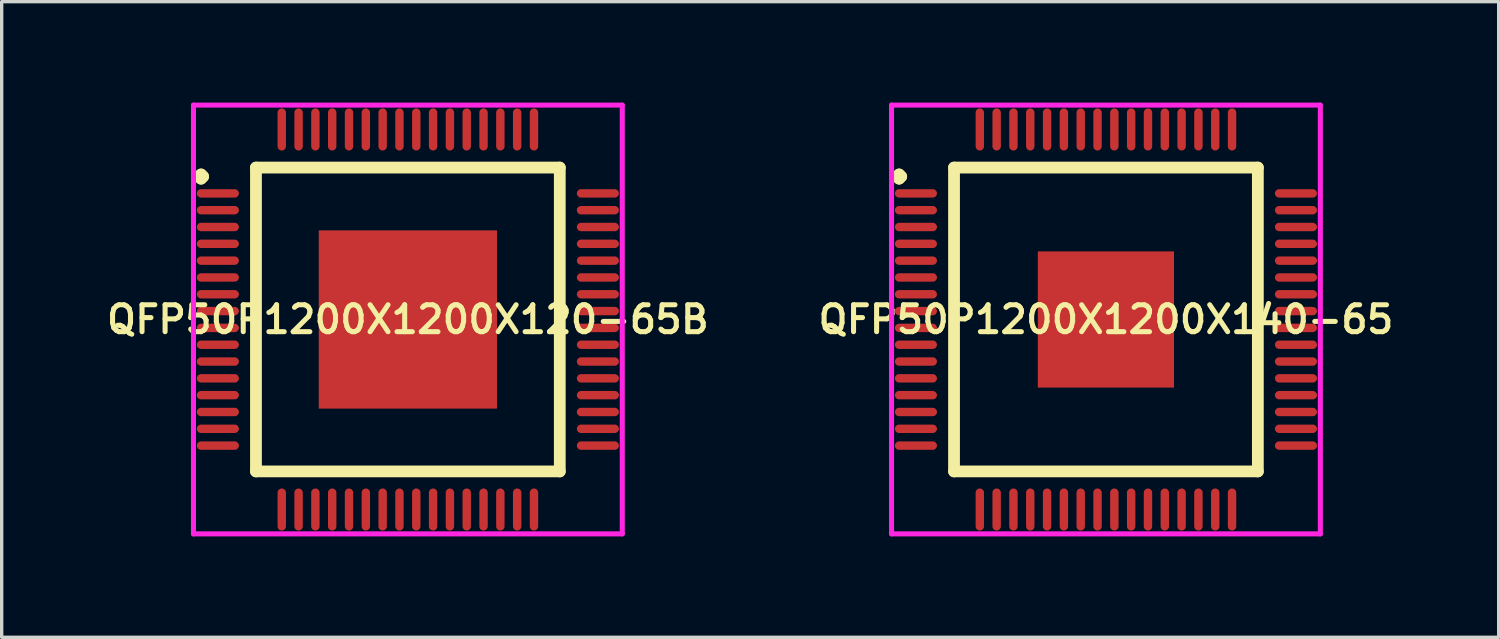
<source format=kicad_pcb>
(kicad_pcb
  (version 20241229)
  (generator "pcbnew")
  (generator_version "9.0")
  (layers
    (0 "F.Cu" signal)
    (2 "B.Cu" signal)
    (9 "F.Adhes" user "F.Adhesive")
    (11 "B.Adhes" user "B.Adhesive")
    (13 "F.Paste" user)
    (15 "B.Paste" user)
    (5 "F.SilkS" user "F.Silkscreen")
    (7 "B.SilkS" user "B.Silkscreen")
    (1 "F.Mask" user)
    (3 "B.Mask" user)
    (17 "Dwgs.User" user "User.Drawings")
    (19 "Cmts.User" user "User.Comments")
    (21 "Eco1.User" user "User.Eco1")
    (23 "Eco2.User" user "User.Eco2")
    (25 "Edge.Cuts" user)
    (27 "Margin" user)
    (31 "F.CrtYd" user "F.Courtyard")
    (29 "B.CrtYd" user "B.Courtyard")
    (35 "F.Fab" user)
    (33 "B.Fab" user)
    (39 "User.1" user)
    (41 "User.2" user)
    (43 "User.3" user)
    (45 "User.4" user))
  (footprint "QFP50P1200X1200X120-65B"
    (layer "F.Cu")
    (at 9.078 6.45)
    (property "Reference" "QFP50P1200X1200X120-65B" (at 0 0 0) (layer "F.SilkS") (effects (font (size 0.8 0.8) (thickness 0.15))))
    (attr smd)
    (fp_line (start -6.213 -4.25) (end -6.15 -4.312) (stroke (width 0.35) (type solid)) (layer "F.SilkS"))
    (fp_line (start -6.15 -4.312) (end -6.088 -4.25) (stroke (width 0.35) (type solid)) (layer "F.SilkS"))
    (fp_line (start -6.15 -4.188) (end -6.213 -4.25) (stroke (width 0.35) (type solid)) (layer "F.SilkS"))
    (fp_line (start -6.088 -4.25) (end -6.15 -4.188) (stroke (width 0.35) (type solid)) (layer "F.SilkS"))
    (fp_line (start -4.517 -4.517) (end -4.517 4.517) (stroke (width 0.35) (type solid)) (layer "F.SilkS"))
    (fp_line (start -4.517 4.517) (end 4.517 4.517) (stroke (width 0.35) (type solid)) (layer "F.SilkS"))
    (fp_line (start 4.517 -4.517) (end -4.517 -4.517) (stroke (width 0.35) (type solid)) (layer "F.SilkS"))
    (fp_line (start 4.517 4.517) (end 4.517 -4.517) (stroke (width 0.35) (type solid)) (layer "F.SilkS"))
    (fp_line (start -6.375 -6.375) (end 6.375 -6.375) (stroke (width 0.15) (type solid)) (layer "F.CrtYd"))
    (fp_line (start -6.375 6.375) (end -6.375 -6.375) (stroke (width 0.15) (type solid)) (layer "F.CrtYd"))
    (fp_line (start 6.375 -6.375) (end 6.375 6.375) (stroke (width 0.15) (type solid)) (layer "F.CrtYd"))
    (fp_line (start 6.375 6.375) (end -6.375 6.375) (stroke (width 0.15) (type solid)) (layer "F.CrtYd"))
    (pad "1" smd oval (at -5.65 -3.75) (size 1.25 0.25) (layers "F.Cu" "F.Mask" "F.Paste"))
    (pad "2" smd oval (at -5.65 -3.25) (size 1.25 0.25) (layers "F.Cu" "F.Mask" "F.Paste"))
    (pad "3" smd oval (at -5.65 -2.75) (size 1.25 0.25) (layers "F.Cu" "F.Mask" "F.Paste"))
    (pad "4" smd oval (at -5.65 -2.25) (size 1.25 0.25) (layers "F.Cu" "F.Mask" "F.Paste"))
    (pad "5" smd oval (at -5.65 -1.75) (size 1.25 0.25) (layers "F.Cu" "F.Mask" "F.Paste"))
    (pad "6" smd oval (at -5.65 -1.25) (size 1.25 0.25) (layers "F.Cu" "F.Mask" "F.Paste"))
    (pad "7" smd oval (at -5.65 -0.75) (size 1.25 0.25) (layers "F.Cu" "F.Mask" "F.Paste"))
    (pad "8" smd oval (at -5.65 -0.25) (size 1.25 0.25) (layers "F.Cu" "F.Mask" "F.Paste"))
    (pad "9" smd oval (at -5.65 0.25) (size 1.25 0.25) (layers "F.Cu" "F.Mask" "F.Paste"))
    (pad "10" smd oval (at -5.65 0.75) (size 1.25 0.25) (layers "F.Cu" "F.Mask" "F.Paste"))
    (pad "11" smd oval (at -5.65 1.25) (size 1.25 0.25) (layers "F.Cu" "F.Mask" "F.Paste"))
    (pad "12" smd oval (at -5.65 1.75) (size 1.25 0.25) (layers "F.Cu" "F.Mask" "F.Paste"))
    (pad "13" smd oval (at -5.65 2.25) (size 1.25 0.25) (layers "F.Cu" "F.Mask" "F.Paste"))
    (pad "14" smd oval (at -5.65 2.75) (size 1.25 0.25) (layers "F.Cu" "F.Mask" "F.Paste"))
    (pad "15" smd oval (at -5.65 3.25) (size 1.25 0.25) (layers "F.Cu" "F.Mask" "F.Paste"))
    (pad "16" smd oval (at -5.65 3.75) (size 1.25 0.25) (layers "F.Cu" "F.Mask" "F.Paste"))
    (pad "17" smd oval (at -3.75 5.65) (size 0.25 1.25) (layers "F.Cu" "F.Mask" "F.Paste"))
    (pad "18" smd oval (at -3.25 5.65) (size 0.25 1.25) (layers "F.Cu" "F.Mask" "F.Paste"))
    (pad "19" smd oval (at -2.75 5.65) (size 0.25 1.25) (layers "F.Cu" "F.Mask" "F.Paste"))
    (pad "20" smd oval (at -2.25 5.65) (size 0.25 1.25) (layers "F.Cu" "F.Mask" "F.Paste"))
    (pad "21" smd oval (at -1.75 5.65) (size 0.25 1.25) (layers "F.Cu" "F.Mask" "F.Paste"))
    (pad "22" smd oval (at -1.25 5.65) (size 0.25 1.25) (layers "F.Cu" "F.Mask" "F.Paste"))
    (pad "23" smd oval (at -0.75 5.65) (size 0.25 1.25) (layers "F.Cu" "F.Mask" "F.Paste"))
    (pad "24" smd oval (at -0.25 5.65) (size 0.25 1.25) (layers "F.Cu" "F.Mask" "F.Paste"))
    (pad "25" smd oval (at 0.25 5.65) (size 0.25 1.25) (layers "F.Cu" "F.Mask" "F.Paste"))
    (pad "26" smd oval (at 0.75 5.65) (size 0.25 1.25) (layers "F.Cu" "F.Mask" "F.Paste"))
    (pad "27" smd oval (at 1.25 5.65) (size 0.25 1.25) (layers "F.Cu" "F.Mask" "F.Paste"))
    (pad "28" smd oval (at 1.75 5.65) (size 0.25 1.25) (layers "F.Cu" "F.Mask" "F.Paste"))
    (pad "29" smd oval (at 2.25 5.65) (size 0.25 1.25) (layers "F.Cu" "F.Mask" "F.Paste"))
    (pad "30" smd oval (at 2.75 5.65) (size 0.25 1.25) (layers "F.Cu" "F.Mask" "F.Paste"))
    (pad "31" smd oval (at 3.25 5.65) (size 0.25 1.25) (layers "F.Cu" "F.Mask" "F.Paste"))
    (pad "32" smd oval (at 3.75 5.65) (size 0.25 1.25) (layers "F.Cu" "F.Mask" "F.Paste"))
    (pad "33" smd oval (at 5.65 3.75) (size 1.25 0.25) (layers "F.Cu" "F.Mask" "F.Paste"))
    (pad "34" smd oval (at 5.65 3.25) (size 1.25 0.25) (layers "F.Cu" "F.Mask" "F.Paste"))
    (pad "35" smd oval (at 5.65 2.75) (size 1.25 0.25) (layers "F.Cu" "F.Mask" "F.Paste"))
    (pad "36" smd oval (at 5.65 2.25) (size 1.25 0.25) (layers "F.Cu" "F.Mask" "F.Paste"))
    (pad "37" smd oval (at 5.65 1.75) (size 1.25 0.25) (layers "F.Cu" "F.Mask" "F.Paste"))
    (pad "38" smd oval (at 5.65 1.25) (size 1.25 0.25) (layers "F.Cu" "F.Mask" "F.Paste"))
    (pad "39" smd oval (at 5.65 0.75) (size 1.25 0.25) (layers "F.Cu" "F.Mask" "F.Paste"))
    (pad "40" smd oval (at 5.65 0.25) (size 1.25 0.25) (layers "F.Cu" "F.Mask" "F.Paste"))
    (pad "41" smd oval (at 5.65 -0.25) (size 1.25 0.25) (layers "F.Cu" "F.Mask" "F.Paste"))
    (pad "42" smd oval (at 5.65 -0.75) (size 1.25 0.25) (layers "F.Cu" "F.Mask" "F.Paste"))
    (pad "43" smd oval (at 5.65 -1.25) (size 1.25 0.25) (layers "F.Cu" "F.Mask" "F.Paste"))
    (pad "44" smd oval (at 5.65 -1.75) (size 1.25 0.25) (layers "F.Cu" "F.Mask" "F.Paste"))
    (pad "45" smd oval (at 5.65 -2.25) (size 1.25 0.25) (layers "F.Cu" "F.Mask" "F.Paste"))
    (pad "46" smd oval (at 5.65 -2.75) (size 1.25 0.25) (layers "F.Cu" "F.Mask" "F.Paste"))
    (pad "47" smd oval (at 5.65 -3.25) (size 1.25 0.25) (layers "F.Cu" "F.Mask" "F.Paste"))
    (pad "48" smd oval (at 5.65 -3.75) (size 1.25 0.25) (layers "F.Cu" "F.Mask" "F.Paste"))
    (pad "49" smd oval (at 3.75 -5.65) (size 0.25 1.25) (layers "F.Cu" "F.Mask" "F.Paste"))
    (pad "50" smd oval (at 3.25 -5.65) (size 0.25 1.25) (layers "F.Cu" "F.Mask" "F.Paste"))
    (pad "51" smd oval (at 2.75 -5.65) (size 0.25 1.25) (layers "F.Cu" "F.Mask" "F.Paste"))
    (pad "52" smd oval (at 2.25 -5.65) (size 0.25 1.25) (layers "F.Cu" "F.Mask" "F.Paste"))
    (pad "53" smd oval (at 1.75 -5.65) (size 0.25 1.25) (layers "F.Cu" "F.Mask" "F.Paste"))
    (pad "54" smd oval (at 1.25 -5.65) (size 0.25 1.25) (layers "F.Cu" "F.Mask" "F.Paste"))
    (pad "55" smd oval (at 0.75 -5.65) (size 0.25 1.25) (layers "F.Cu" "F.Mask" "F.Paste"))
    (pad "56" smd oval (at 0.25 -5.65) (size 0.25 1.25) (layers "F.Cu" "F.Mask" "F.Paste"))
    (pad "57" smd oval (at -0.25 -5.65) (size 0.25 1.25) (layers "F.Cu" "F.Mask" "F.Paste"))
    (pad "58" smd oval (at -0.75 -5.65) (size 0.25 1.25) (layers "F.Cu" "F.Mask" "F.Paste"))
    (pad "59" smd oval (at -1.25 -5.65) (size 0.25 1.25) (layers "F.Cu" "F.Mask" "F.Paste"))
    (pad "60" smd oval (at -1.75 -5.65) (size 0.25 1.25) (layers "F.Cu" "F.Mask" "F.Paste"))
    (pad "61" smd oval (at -2.25 -5.65) (size 0.25 1.25) (layers "F.Cu" "F.Mask" "F.Paste"))
    (pad "62" smd oval (at -2.75 -5.65) (size 0.25 1.25) (layers "F.Cu" "F.Mask" "F.Paste"))
    (pad "63" smd oval (at -3.25 -5.65) (size 0.25 1.25) (layers "F.Cu" "F.Mask" "F.Paste"))
    (pad "64" smd oval (at -3.75 -5.65) (size 0.25 1.25) (layers "F.Cu" "F.Mask" "F.Paste"))
    (pad "65" smd rect (at 0 0) (size 5.3 5.3) (layers "F.Cu" "F.Mask" "F.Paste")))
  (footprint "QFP50P1200X1200X140-65"
    (layer "F.Cu")
    (at 29.835 6.45)
    (property "Reference" "QFP50P1200X1200X140-65" (at 0 0 0) (layer "F.SilkS") (effects (font (size 0.8 0.8) (thickness 0.15))))
    (attr through_hole)
    (fp_line (start -6.213 -4.25) (end -6.15 -4.312) (stroke (width 0.35) (type solid)) (layer "F.SilkS"))
    (fp_line (start -6.15 -4.312) (end -6.088 -4.25) (stroke (width 0.35) (type solid)) (layer "F.SilkS"))
    (fp_line (start -6.15 -4.188) (end -6.213 -4.25) (stroke (width 0.35) (type solid)) (layer "F.SilkS"))
    (fp_line (start -6.088 -4.25) (end -6.15 -4.188) (stroke (width 0.35) (type solid)) (layer "F.SilkS"))
    (fp_line (start -4.517 -4.517) (end -4.517 4.517) (stroke (width 0.35) (type solid)) (layer "F.SilkS"))
    (fp_line (start -4.517 4.517) (end 4.517 4.517) (stroke (width 0.35) (type solid)) (layer "F.SilkS"))
    (fp_line (start 4.517 -4.517) (end -4.517 -4.517) (stroke (width 0.35) (type solid)) (layer "F.SilkS"))
    (fp_line (start 4.517 4.517) (end 4.517 -4.517) (stroke (width 0.35) (type solid)) (layer "F.SilkS"))
    (fp_line (start -6.375 -6.375) (end 6.375 -6.375) (stroke (width 0.15) (type solid)) (layer "F.CrtYd"))
    (fp_line (start -6.375 6.375) (end -6.375 -6.375) (stroke (width 0.15) (type solid)) (layer "F.CrtYd"))
    (fp_line (start 6.375 -6.375) (end 6.375 6.375) (stroke (width 0.15) (type solid)) (layer "F.CrtYd"))
    (fp_line (start 6.375 6.375) (end -6.375 6.375) (stroke (width 0.15) (type solid)) (layer "F.CrtYd"))
    (pad "1" smd oval (at -5.65 -3.75) (size 1.25 0.25) (layers "F.Cu" "F.Mask" "F.Paste"))
    (pad "2" smd oval (at -5.65 -3.25) (size 1.25 0.25) (layers "F.Cu" "F.Mask" "F.Paste"))
    (pad "3" smd oval (at -5.65 -2.75) (size 1.25 0.25) (layers "F.Cu" "F.Mask" "F.Paste"))
    (pad "4" smd oval (at -5.65 -2.25) (size 1.25 0.25) (layers "F.Cu" "F.Mask" "F.Paste"))
    (pad "5" smd oval (at -5.65 -1.75) (size 1.25 0.25) (layers "F.Cu" "F.Mask" "F.Paste"))
    (pad "6" smd oval (at -5.65 -1.25) (size 1.25 0.25) (layers "F.Cu" "F.Mask" "F.Paste"))
    (pad "7" smd oval (at -5.65 -0.75) (size 1.25 0.25) (layers "F.Cu" "F.Mask" "F.Paste"))
    (pad "8" smd oval (at -5.65 -0.25) (size 1.25 0.25) (layers "F.Cu" "F.Mask" "F.Paste"))
    (pad "9" smd oval (at -5.65 0.25) (size 1.25 0.25) (layers "F.Cu" "F.Mask" "F.Paste"))
    (pad "10" smd oval (at -5.65 0.75) (size 1.25 0.25) (layers "F.Cu" "F.Mask" "F.Paste"))
    (pad "11" smd oval (at -5.65 1.25) (size 1.25 0.25) (layers "F.Cu" "F.Mask" "F.Paste"))
    (pad "12" smd oval (at -5.65 1.75) (size 1.25 0.25) (layers "F.Cu" "F.Mask" "F.Paste"))
    (pad "13" smd oval (at -5.65 2.25) (size 1.25 0.25) (layers "F.Cu" "F.Mask" "F.Paste"))
    (pad "14" smd oval (at -5.65 2.75) (size 1.25 0.25) (layers "F.Cu" "F.Mask" "F.Paste"))
    (pad "15" smd oval (at -5.65 3.25) (size 1.25 0.25) (layers "F.Cu" "F.Mask" "F.Paste"))
    (pad "16" smd oval (at -5.65 3.75) (size 1.25 0.25) (layers "F.Cu" "F.Mask" "F.Paste"))
    (pad "17" smd oval (at -3.75 5.65) (size 0.25 1.25) (layers "F.Cu" "F.Mask" "F.Paste"))
    (pad "18" smd oval (at -3.25 5.65) (size 0.25 1.25) (layers "F.Cu" "F.Mask" "F.Paste"))
    (pad "19" smd oval (at -2.75 5.65) (size 0.25 1.25) (layers "F.Cu" "F.Mask" "F.Paste"))
    (pad "20" smd oval (at -2.25 5.65) (size 0.25 1.25) (layers "F.Cu" "F.Mask" "F.Paste"))
    (pad "21" smd oval (at -1.75 5.65) (size 0.25 1.25) (layers "F.Cu" "F.Mask" "F.Paste"))
    (pad "22" smd oval (at -1.25 5.65) (size 0.25 1.25) (layers "F.Cu" "F.Mask" "F.Paste"))
    (pad "23" smd oval (at -0.75 5.65) (size 0.25 1.25) (layers "F.Cu" "F.Mask" "F.Paste"))
    (pad "24" smd oval (at -0.25 5.65) (size 0.25 1.25) (layers "F.Cu" "F.Mask" "F.Paste"))
    (pad "25" smd oval (at 0.25 5.65) (size 0.25 1.25) (layers "F.Cu" "F.Mask" "F.Paste"))
    (pad "26" smd oval (at 0.75 5.65) (size 0.25 1.25) (layers "F.Cu" "F.Mask" "F.Paste"))
    (pad "27" smd oval (at 1.25 5.65) (size 0.25 1.25) (layers "F.Cu" "F.Mask" "F.Paste"))
    (pad "28" smd oval (at 1.75 5.65) (size 0.25 1.25) (layers "F.Cu" "F.Mask" "F.Paste"))
    (pad "29" smd oval (at 2.25 5.65) (size 0.25 1.25) (layers "F.Cu" "F.Mask" "F.Paste"))
    (pad "30" smd oval (at 2.75 5.65) (size 0.25 1.25) (layers "F.Cu" "F.Mask" "F.Paste"))
    (pad "31" smd oval (at 3.25 5.65) (size 0.25 1.25) (layers "F.Cu" "F.Mask" "F.Paste"))
    (pad "32" smd oval (at 3.75 5.65) (size 0.25 1.25) (layers "F.Cu" "F.Mask" "F.Paste"))
    (pad "33" smd oval (at 5.65 3.75) (size 1.25 0.25) (layers "F.Cu" "F.Mask" "F.Paste"))
    (pad "34" smd oval (at 5.65 3.25) (size 1.25 0.25) (layers "F.Cu" "F.Mask" "F.Paste"))
    (pad "35" smd oval (at 5.65 2.75) (size 1.25 0.25) (layers "F.Cu" "F.Mask" "F.Paste"))
    (pad "36" smd oval (at 5.65 2.25) (size 1.25 0.25) (layers "F.Cu" "F.Mask" "F.Paste"))
    (pad "37" smd oval (at 5.65 1.75) (size 1.25 0.25) (layers "F.Cu" "F.Mask" "F.Paste"))
    (pad "38" smd oval (at 5.65 1.25) (size 1.25 0.25) (layers "F.Cu" "F.Mask" "F.Paste"))
    (pad "39" smd oval (at 5.65 0.75) (size 1.25 0.25) (layers "F.Cu" "F.Mask" "F.Paste"))
    (pad "40" smd oval (at 5.65 0.25) (size 1.25 0.25) (layers "F.Cu" "F.Mask" "F.Paste"))
    (pad "41" smd oval (at 5.65 -0.25) (size 1.25 0.25) (layers "F.Cu" "F.Mask" "F.Paste"))
    (pad "42" smd oval (at 5.65 -0.75) (size 1.25 0.25) (layers "F.Cu" "F.Mask" "F.Paste"))
    (pad "43" smd oval (at 5.65 -1.25) (size 1.25 0.25) (layers "F.Cu" "F.Mask" "F.Paste"))
    (pad "44" smd oval (at 5.65 -1.75) (size 1.25 0.25) (layers "F.Cu" "F.Mask" "F.Paste"))
    (pad "45" smd oval (at 5.65 -2.25) (size 1.25 0.25) (layers "F.Cu" "F.Mask" "F.Paste"))
    (pad "46" smd oval (at 5.65 -2.75) (size 1.25 0.25) (layers "F.Cu" "F.Mask" "F.Paste"))
    (pad "47" smd oval (at 5.65 -3.25) (size 1.25 0.25) (layers "F.Cu" "F.Mask" "F.Paste"))
    (pad "48" smd oval (at 5.65 -3.75) (size 1.25 0.25) (layers "F.Cu" "F.Mask" "F.Paste"))
    (pad "49" smd oval (at 3.75 -5.65) (size 0.25 1.25) (layers "F.Cu" "F.Mask" "F.Paste"))
    (pad "50" smd oval (at 3.25 -5.65) (size 0.25 1.25) (layers "F.Cu" "F.Mask" "F.Paste"))
    (pad "51" smd oval (at 2.75 -5.65) (size 0.25 1.25) (layers "F.Cu" "F.Mask" "F.Paste"))
    (pad "52" smd oval (at 2.25 -5.65) (size 0.25 1.25) (layers "F.Cu" "F.Mask" "F.Paste"))
    (pad "53" smd oval (at 1.75 -5.65) (size 0.25 1.25) (layers "F.Cu" "F.Mask" "F.Paste"))
    (pad "54" smd oval (at 1.25 -5.65) (size 0.25 1.25) (layers "F.Cu" "F.Mask" "F.Paste"))
    (pad "55" smd oval (at 0.75 -5.65) (size 0.25 1.25) (layers "F.Cu" "F.Mask" "F.Paste"))
    (pad "56" smd oval (at 0.25 -5.65) (size 0.25 1.25) (layers "F.Cu" "F.Mask" "F.Paste"))
    (pad "57" smd oval (at -0.25 -5.65) (size 0.25 1.25) (layers "F.Cu" "F.Mask" "F.Paste"))
    (pad "58" smd oval (at -0.75 -5.65) (size 0.25 1.25) (layers "F.Cu" "F.Mask" "F.Paste"))
    (pad "59" smd oval (at -1.25 -5.65) (size 0.25 1.25) (layers "F.Cu" "F.Mask" "F.Paste"))
    (pad "60" smd oval (at -1.75 -5.65) (size 0.25 1.25) (layers "F.Cu" "F.Mask" "F.Paste"))
    (pad "61" smd oval (at -2.25 -5.65) (size 0.25 1.25) (layers "F.Cu" "F.Mask" "F.Paste"))
    (pad "62" smd oval (at -2.75 -5.65) (size 0.25 1.25) (layers "F.Cu" "F.Mask" "F.Paste"))
    (pad "63" smd oval (at -3.25 -5.65) (size 0.25 1.25) (layers "F.Cu" "F.Mask" "F.Paste"))
    (pad "64" smd oval (at -3.75 -5.65) (size 0.25 1.25) (layers "F.Cu" "F.Mask" "F.Paste"))
    (pad "65" smd rect (at 0 0) (size 4.05 4.05) (layers "F.Cu" "F.Mask" "F.Paste")))
  (gr_rect
    (start -3 -3)
    (end 41.513 15.9)
    (stroke (width 0.1) (type default))
    (fill no)
    (layer "Edge.Cuts")))
</source>
